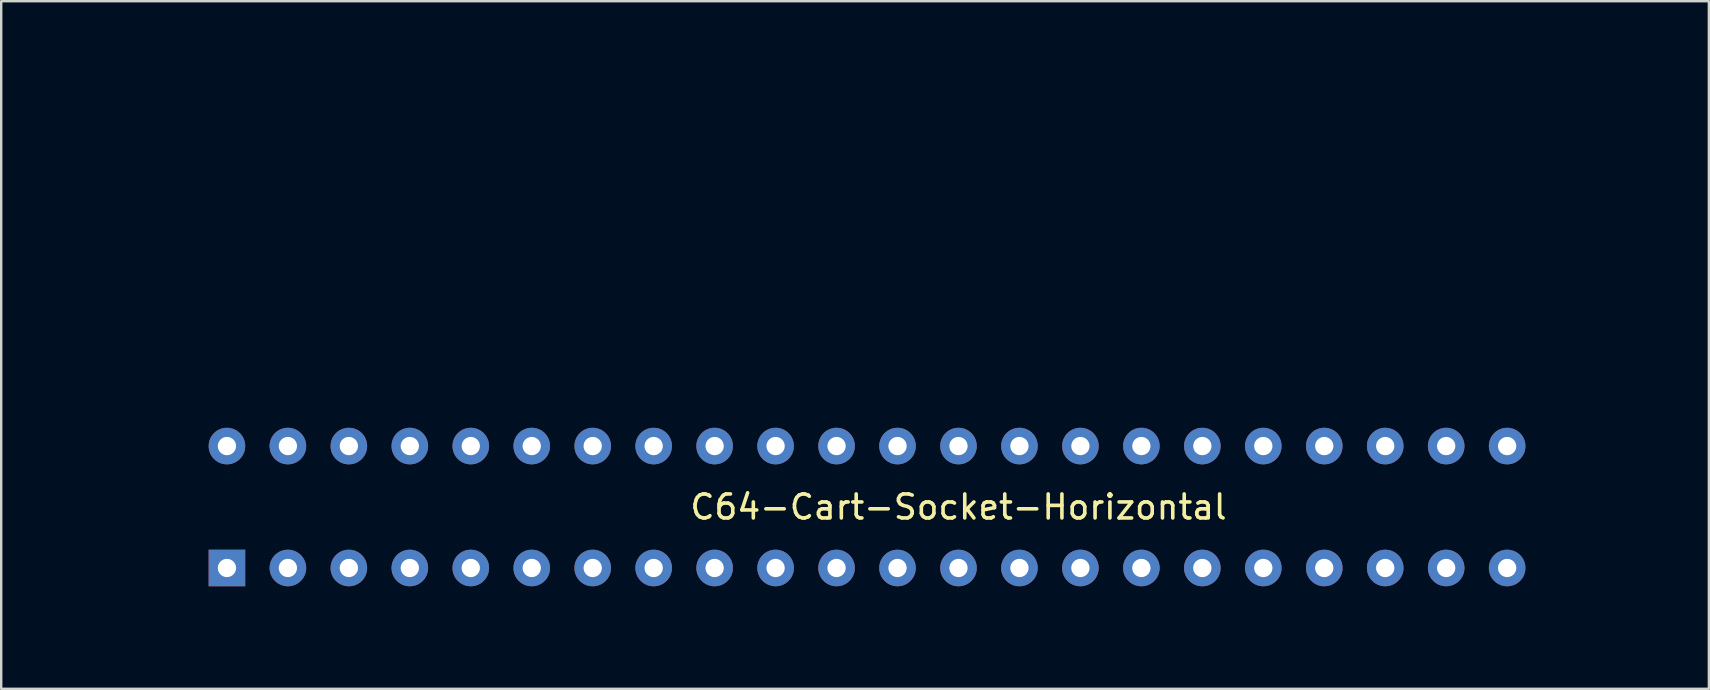
<source format=kicad_pcb>
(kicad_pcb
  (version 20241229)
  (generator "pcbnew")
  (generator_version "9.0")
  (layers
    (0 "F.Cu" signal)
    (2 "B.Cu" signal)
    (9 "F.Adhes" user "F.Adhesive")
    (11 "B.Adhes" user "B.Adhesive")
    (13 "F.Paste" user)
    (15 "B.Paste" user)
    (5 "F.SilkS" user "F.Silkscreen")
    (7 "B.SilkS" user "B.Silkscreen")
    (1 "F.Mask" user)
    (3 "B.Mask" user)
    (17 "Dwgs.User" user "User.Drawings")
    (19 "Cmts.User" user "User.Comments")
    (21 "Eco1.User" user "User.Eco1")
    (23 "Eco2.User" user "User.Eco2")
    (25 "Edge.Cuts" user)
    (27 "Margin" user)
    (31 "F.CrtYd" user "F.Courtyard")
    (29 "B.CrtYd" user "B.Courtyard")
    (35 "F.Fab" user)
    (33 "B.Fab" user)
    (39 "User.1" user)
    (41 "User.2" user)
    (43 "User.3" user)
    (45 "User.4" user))
  (footprint "C64-Cart-Socket-Horizontal"
    (layer "F.Cu")
    (at 33.075 18.075)
    (property "Reference" "C64-Cart-Socket-Horizontal" (at 3.81 0 0) (layer "F.SilkS") (effects (font (size 1 1) (thickness 0.15))))
    (attr through_hole)
    (fp_line (start -33 -18) (end -30.5 -18) (stroke (width 0.15) (type solid)) (layer "Eco1.User"))
    (fp_line (start -33 -15.5) (end -33 -18) (stroke (width 0.15) (type solid)) (layer "Eco1.User"))
    (fp_line (start -31 -4.5) (end -31 4.5) (stroke (width 0.15) (type solid)) (layer "Eco1.User"))
    (fp_line (start -31 4.5) (end 31 4.5) (stroke (width 0.15) (type solid)) (layer "Eco1.User"))
    (fp_line (start 31 -4.5) (end -31 -4.5) (stroke (width 0.15) (type solid)) (layer "Eco1.User"))
    (fp_line (start 31 4.5) (end 31 -4.5) (stroke (width 0.15) (type solid)) (layer "Eco1.User"))
    (fp_line (start 32 -18) (end 29.5 -18) (stroke (width 0.15) (type solid)) (layer "Eco1.User"))
    (fp_line (start 32 -18) (end 32 -15.5) (stroke (width 0.15) (type solid)) (layer "Eco1.User"))
    (pad "1" thru_hole rect (at -26.67 2.54) (size 1.524 1.524) (drill 0.762) (layers "*.Cu" "*.Mask"))
    (pad "2" thru_hole circle (at -26.67 -2.54) (size 1.524 1.524) (drill 0.762) (layers "*.Cu" "*.Mask"))
    (pad "3" thru_hole circle (at -24.13 2.54) (size 1.524 1.524) (drill 0.762) (layers "*.Cu" "*.Mask"))
    (pad "4" thru_hole circle (at -24.13 -2.54) (size 1.524 1.524) (drill 0.762) (layers "*.Cu" "*.Mask"))
    (pad "5" thru_hole circle (at -21.59 2.54) (size 1.524 1.524) (drill 0.762) (layers "*.Cu" "*.Mask"))
    (pad "6" thru_hole circle (at -21.59 -2.54) (size 1.524 1.524) (drill 0.762) (layers "*.Cu" "*.Mask"))
    (pad "7" thru_hole circle (at -19.05 2.54) (size 1.524 1.524) (drill 0.762) (layers "*.Cu" "*.Mask"))
    (pad "8" thru_hole circle (at -19.05 -2.54) (size 1.524 1.524) (drill 0.762) (layers "*.Cu" "*.Mask"))
    (pad "9" thru_hole circle (at -16.51 2.54) (size 1.524 1.524) (drill 0.762) (layers "*.Cu" "*.Mask"))
    (pad "10" thru_hole circle (at -16.51 -2.54) (size 1.524 1.524) (drill 0.762) (layers "*.Cu" "*.Mask"))
    (pad "11" thru_hole circle (at -13.97 2.54) (size 1.524 1.524) (drill 0.762) (layers "*.Cu" "*.Mask"))
    (pad "12" thru_hole circle (at -13.97 -2.54) (size 1.524 1.524) (drill 0.762) (layers "*.Cu" "*.Mask"))
    (pad "13" thru_hole circle (at -11.43 2.54) (size 1.524 1.524) (drill 0.762) (layers "*.Cu" "*.Mask"))
    (pad "14" thru_hole circle (at -11.43 -2.54) (size 1.524 1.524) (drill 0.762) (layers "*.Cu" "*.Mask"))
    (pad "15" thru_hole circle (at -8.89 2.54) (size 1.524 1.524) (drill 0.762) (layers "*.Cu" "*.Mask"))
    (pad "16" thru_hole circle (at -8.89 -2.54) (size 1.524 1.524) (drill 0.762) (layers "*.Cu" "*.Mask"))
    (pad "17" thru_hole circle (at -6.35 2.54) (size 1.524 1.524) (drill 0.762) (layers "*.Cu" "*.Mask"))
    (pad "18" thru_hole circle (at -6.35 -2.54) (size 1.524 1.524) (drill 0.762) (layers "*.Cu" "*.Mask"))
    (pad "19" thru_hole circle (at -3.81 2.54) (size 1.524 1.524) (drill 0.762) (layers "*.Cu" "*.Mask"))
    (pad "20" thru_hole circle (at -3.81 -2.54) (size 1.524 1.524) (drill 0.762) (layers "*.Cu" "*.Mask"))
    (pad "21" thru_hole circle (at -1.27 2.54) (size 1.524 1.524) (drill 0.762) (layers "*.Cu" "*.Mask"))
    (pad "22" thru_hole circle (at -1.27 -2.54) (size 1.524 1.524) (drill 0.762) (layers "*.Cu" "*.Mask"))
    (pad "23" thru_hole circle (at 1.27 2.54) (size 1.524 1.524) (drill 0.762) (layers "*.Cu" "*.Mask"))
    (pad "24" thru_hole circle (at 1.27 -2.54) (size 1.524 1.524) (drill 0.762) (layers "*.Cu" "*.Mask"))
    (pad "25" thru_hole circle (at 3.81 2.54) (size 1.524 1.524) (drill 0.762) (layers "*.Cu" "*.Mask"))
    (pad "26" thru_hole circle (at 3.81 -2.54) (size 1.524 1.524) (drill 0.762) (layers "*.Cu" "*.Mask"))
    (pad "27" thru_hole circle (at 6.35 2.54) (size 1.524 1.524) (drill 0.762) (layers "*.Cu" "*.Mask"))
    (pad "28" thru_hole circle (at 6.35 -2.54) (size 1.524 1.524) (drill 0.762) (layers "*.Cu" "*.Mask"))
    (pad "29" thru_hole circle (at 8.89 2.54) (size 1.524 1.524) (drill 0.762) (layers "*.Cu" "*.Mask"))
    (pad "30" thru_hole circle (at 8.89 -2.54) (size 1.524 1.524) (drill 0.762) (layers "*.Cu" "*.Mask"))
    (pad "31" thru_hole circle (at 11.43 2.54) (size 1.524 1.524) (drill 0.762) (layers "*.Cu" "*.Mask"))
    (pad "32" thru_hole circle (at 11.43 -2.54) (size 1.524 1.524) (drill 0.762) (layers "*.Cu" "*.Mask"))
    (pad "33" thru_hole circle (at 13.97 2.54) (size 1.524 1.524) (drill 0.762) (layers "*.Cu" "*.Mask"))
    (pad "34" thru_hole circle (at 13.97 -2.54) (size 1.524 1.524) (drill 0.762) (layers "*.Cu" "*.Mask"))
    (pad "35" thru_hole circle (at 16.51 2.54) (size 1.524 1.524) (drill 0.762) (layers "*.Cu" "*.Mask"))
    (pad "36" thru_hole circle (at 16.51 -2.54) (size 1.524 1.524) (drill 0.762) (layers "*.Cu" "*.Mask"))
    (pad "37" thru_hole circle (at 19.05 2.54) (size 1.524 1.524) (drill 0.762) (layers "*.Cu" "*.Mask"))
    (pad "38" thru_hole circle (at 19.05 -2.54) (size 1.524 1.524) (drill 0.762) (layers "*.Cu" "*.Mask"))
    (pad "39" thru_hole circle (at 21.59 2.54) (size 1.524 1.524) (drill 0.762) (layers "*.Cu" "*.Mask"))
    (pad "40" thru_hole circle (at 21.59 -2.54) (size 1.524 1.524) (drill 0.762) (layers "*.Cu" "*.Mask"))
    (pad "41" thru_hole circle (at 24.13 2.54) (size 1.524 1.524) (drill 0.762) (layers "*.Cu" "*.Mask"))
    (pad "42" thru_hole circle (at 24.13 -2.54) (size 1.524 1.524) (drill 0.762) (layers "*.Cu" "*.Mask"))
    (pad "43" thru_hole circle (at 26.67 2.54) (size 1.524 1.524) (drill 0.762) (layers "*.Cu" "*.Mask"))
    (pad "44" thru_hole circle (at 26.67 -2.54) (size 1.524 1.524) (drill 0.762) (layers "*.Cu" "*.Mask")))
  (gr_rect
    (start -3 -3)
    (end 68.15 25.65)
    (stroke (width 0.1) (type default))
    (fill no)
    (layer "Edge.Cuts")))
</source>
